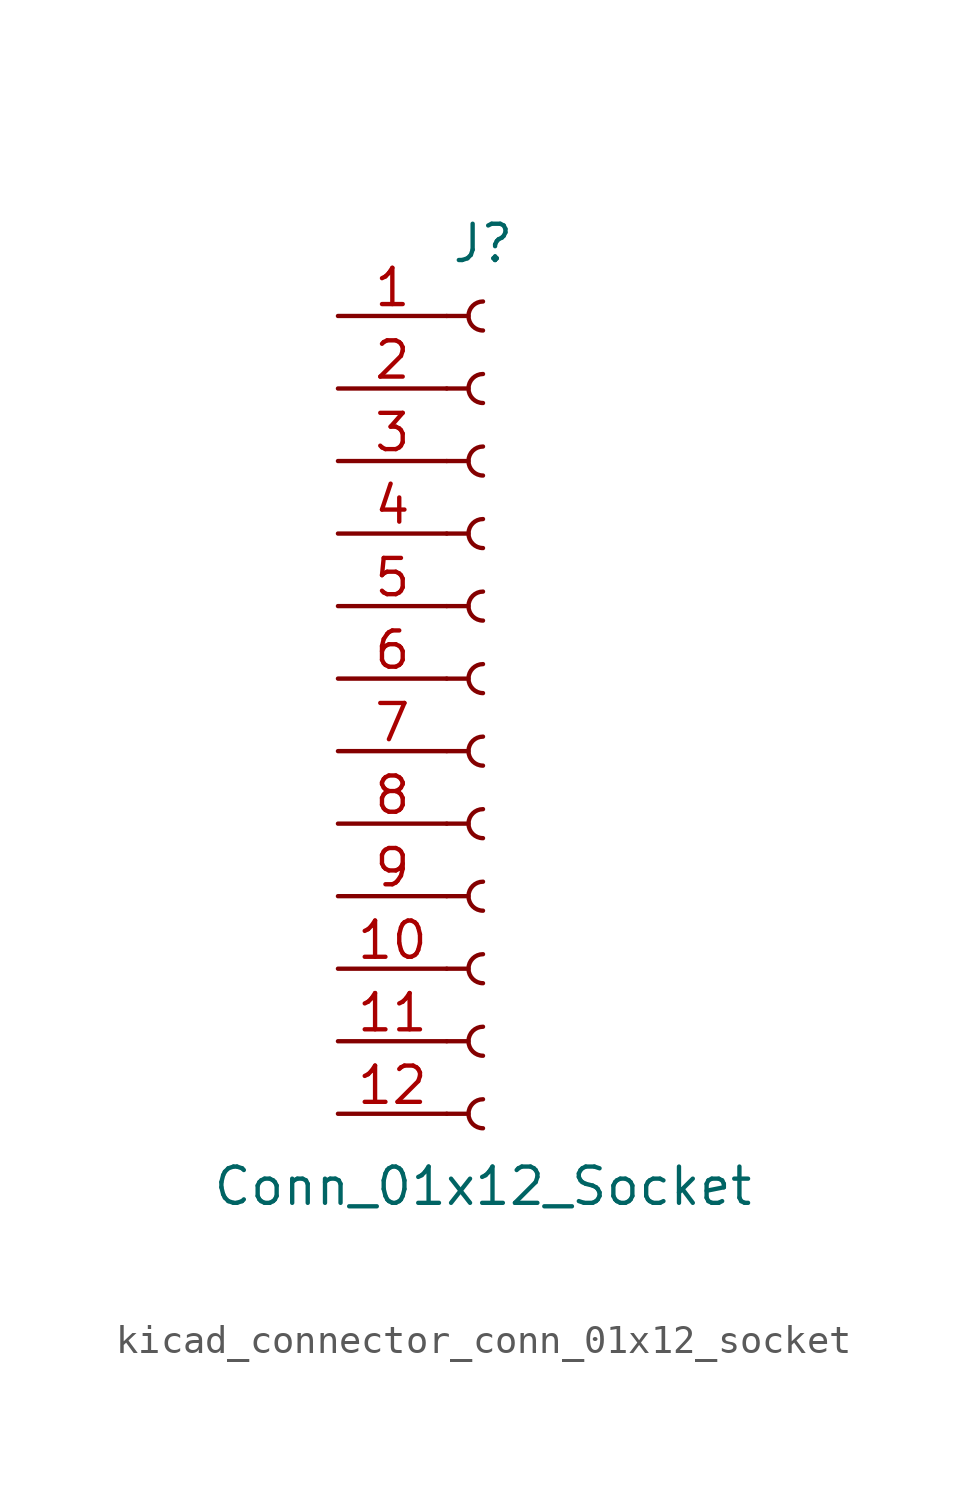
<source format=kicad_sym>
(kicad_symbol_lib
  (version 20220914)
  (generator kicad_symbol_editor)
  (symbol "kicad_connector_conn_01x12_socket"
    (pin_names
      (offset 1.016) hide)
    (property "Reference" "J"
      (at 0 15.24 0)
      (effects (font (size 1.27 1.27))))
    (property "Value" "Conn_01x12_Socket"
      (at 0 -17.78 0)
      (effects (font (size 1.27 1.27))))
    (property "ki_locked" ""
      (at 0 0 0)
      (effects (font (size 1.27 1.27))))
    (symbol "kicad_connector_conn_01x12_socket_1_1"
      (arc (start 0 -14.732) (mid -0.5058 -15.24) (end 0 -15.748) (stroke (width 0.1524) (type default)) (fill (type none)))
      (arc (start 0 -12.192) (mid -0.5058 -12.7) (end 0 -13.208) (stroke (width 0.1524) (type default)) (fill (type none)))
      (arc (start 0 -9.652) (mid -0.5058 -10.16) (end 0 -10.668) (stroke (width 0.1524) (type default)) (fill (type none)))
      (arc (start 0 -7.112) (mid -0.5058 -7.62) (end 0 -8.128) (stroke (width 0.1524) (type default)) (fill (type none)))
      (arc (start 0 -4.572) (mid -0.5058 -5.08) (end 0 -5.588) (stroke (width 0.1524) (type default)) (fill (type none)))
      (arc (start 0 -2.032) (mid -0.5058 -2.54) (end 0 -3.048) (stroke (width 0.1524) (type default)) (fill (type none)))
      (polyline (pts (xy -1.27 -15.24) (xy -0.508 -15.24)) (stroke (width 0.152) (type default)) (fill (type none)))
      (polyline (pts (xy -1.27 -12.7) (xy -0.508 -12.7)) (stroke (width 0.152) (type default)) (fill (type none)))
      (polyline (pts (xy -1.27 -10.16) (xy -0.508 -10.16)) (stroke (width 0.152) (type default)) (fill (type none)))
      (polyline (pts (xy -1.27 -7.62) (xy -0.508 -7.62)) (stroke (width 0.152) (type default)) (fill (type none)))
      (polyline (pts (xy -1.27 -5.08) (xy -0.508 -5.08)) (stroke (width 0.152) (type default)) (fill (type none)))
      (polyline (pts (xy -1.27 -2.54) (xy -0.508 -2.54)) (stroke (width 0.152) (type default)) (fill (type none)))
      (polyline (pts (xy -1.27 0) (xy -0.508 0)) (stroke (width 0.152) (type default)) (fill (type none)))
      (polyline (pts (xy -1.27 2.54) (xy -0.508 2.54)) (stroke (width 0.152) (type default)) (fill (type none)))
      (polyline (pts (xy -1.27 5.08) (xy -0.508 5.08)) (stroke (width 0.152) (type default)) (fill (type none)))
      (polyline (pts (xy -1.27 7.62) (xy -0.508 7.62)) (stroke (width 0.152) (type default)) (fill (type none)))
      (polyline (pts (xy -1.27 10.16) (xy -0.508 10.16)) (stroke (width 0.152) (type default)) (fill (type none)))
      (polyline (pts (xy -1.27 12.7) (xy -0.508 12.7)) (stroke (width 0.152) (type default)) (fill (type none)))
      (arc (start 0 0.508) (mid -0.5058 0) (end 0 -0.508) (stroke (width 0.1524) (type default)) (fill (type none)))
      (arc (start 0 3.048) (mid -0.5058 2.54) (end 0 2.032) (stroke (width 0.1524) (type default)) (fill (type none)))
      (arc (start 0 5.588) (mid -0.5058 5.08) (end 0 4.572) (stroke (width 0.1524) (type default)) (fill (type none)))
      (arc (start 0 8.128) (mid -0.5058 7.62) (end 0 7.112) (stroke (width 0.1524) (type default)) (fill (type none)))
      (arc (start 0 10.668) (mid -0.5058 10.16) (end 0 9.652) (stroke (width 0.1524) (type default)) (fill (type none)))
      (arc (start 0 13.208) (mid -0.5058 12.7) (end 0 12.192) (stroke (width 0.1524) (type default)) (fill (type none)))
      (pin passive line (at -5.08 12.7 0) (length 3.81) (name "Pin_1" (effects (font (size 1.27 1.27)))) (number "1" (effects (font (size 1.27 1.27)))))
      (pin passive line (at -5.08 -10.16 0) (length 3.81) (name "Pin_10" (effects (font (size 1.27 1.27)))) (number "10" (effects (font (size 1.27 1.27)))))
      (pin passive line (at -5.08 -12.7 0) (length 3.81) (name "Pin_11" (effects (font (size 1.27 1.27)))) (number "11" (effects (font (size 1.27 1.27)))))
      (pin passive line (at -5.08 -15.24 0) (length 3.81) (name "Pin_12" (effects (font (size 1.27 1.27)))) (number "12" (effects (font (size 1.27 1.27)))))
      (pin passive line (at -5.08 10.16 0) (length 3.81) (name "Pin_2" (effects (font (size 1.27 1.27)))) (number "2" (effects (font (size 1.27 1.27)))))
      (pin passive line (at -5.08 7.62 0) (length 3.81) (name "Pin_3" (effects (font (size 1.27 1.27)))) (number "3" (effects (font (size 1.27 1.27)))))
      (pin passive line (at -5.08 5.08 0) (length 3.81) (name "Pin_4" (effects (font (size 1.27 1.27)))) (number "4" (effects (font (size 1.27 1.27)))))
      (pin passive line (at -5.08 2.54 0) (length 3.81) (name "Pin_5" (effects (font (size 1.27 1.27)))) (number "5" (effects (font (size 1.27 1.27)))))
      (pin passive line (at -5.08 0 0) (length 3.81) (name "Pin_6" (effects (font (size 1.27 1.27)))) (number "6" (effects (font (size 1.27 1.27)))))
      (pin passive line (at -5.08 -2.54 0) (length 3.81) (name "Pin_7" (effects (font (size 1.27 1.27)))) (number "7" (effects (font (size 1.27 1.27)))))
      (pin passive line (at -5.08 -5.08 0) (length 3.81) (name "Pin_8" (effects (font (size 1.27 1.27)))) (number "8" (effects (font (size 1.27 1.27)))))
      (pin passive line (at -5.08 -7.62 0) (length 3.81) (name "Pin_9" (effects (font (size 1.27 1.27)))) (number "9" (effects (font (size 1.27 1.27))))))))
</source>
